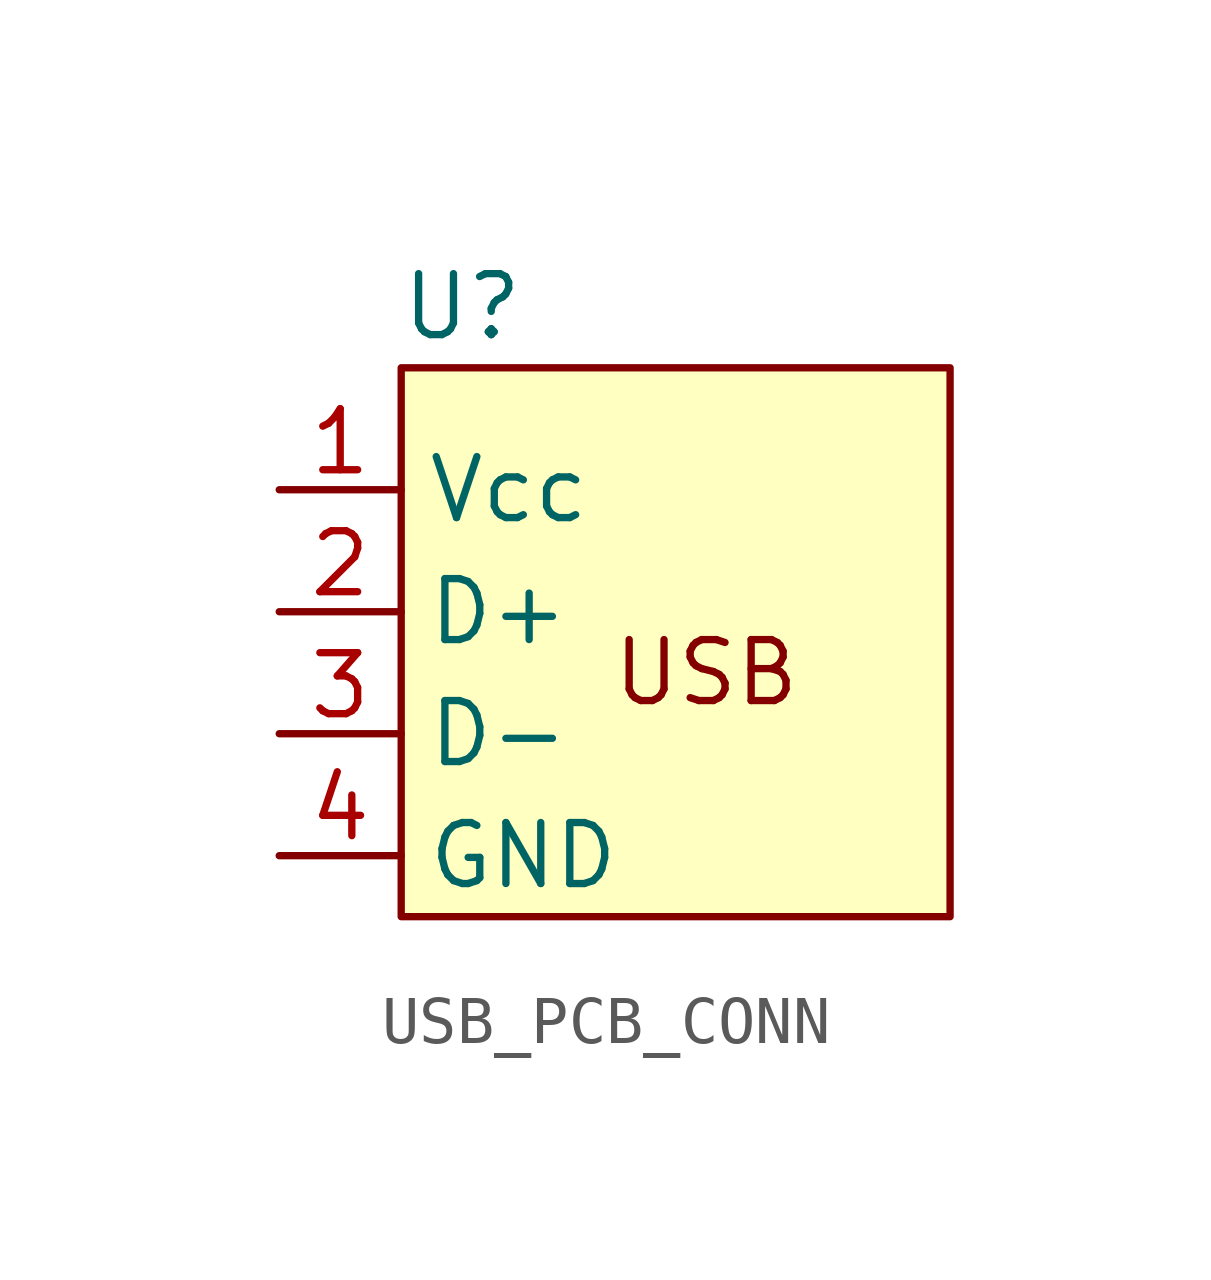
<source format=kicad_sym>
(kicad_symbol_lib
  (version 20220914)
  (generator kicad_symbol_editor)
  (symbol "USB_PCB_CONN"
    (property "Reference" "U"
      (at 3.81 5.08 0)
      (effects (font (size 1.27 1.27))))
    (property "Value" ""
      (at 0 0 0)
      (effects (font (size 1.27 1.27))))
    (symbol "USB_PCB_CONN_0_1"
      (rectangle (start 2.54 3.81) (end 13.97 -7.62) (stroke (width 0) (type default)) (fill (type background)))
      (text "USB" (at 8.89 -2.54 0) (effects (font (size 1.27 1.27)))))
    (symbol "USB_PCB_CONN_1_1"
      (pin power_in line (at 0 1.27 0) (length 2.54) (name "Vcc" (effects (font (size 1.27 1.27)))) (number "1" (effects (font (size 1.27 1.27)))))
      (pin bidirectional line (at 0 -1.27 0) (length 2.54) (name "D+" (effects (font (size 1.27 1.27)))) (number "2" (effects (font (size 1.27 1.27)))))
      (pin bidirectional line (at 0 -3.81 0) (length 2.54) (name "D-" (effects (font (size 1.27 1.27)))) (number "3" (effects (font (size 1.27 1.27)))))
      (pin power_in line (at 0 -6.35 0) (length 2.54) (name "GND" (effects (font (size 1.27 1.27)))) (number "4" (effects (font (size 1.27 1.27))))))))
</source>
